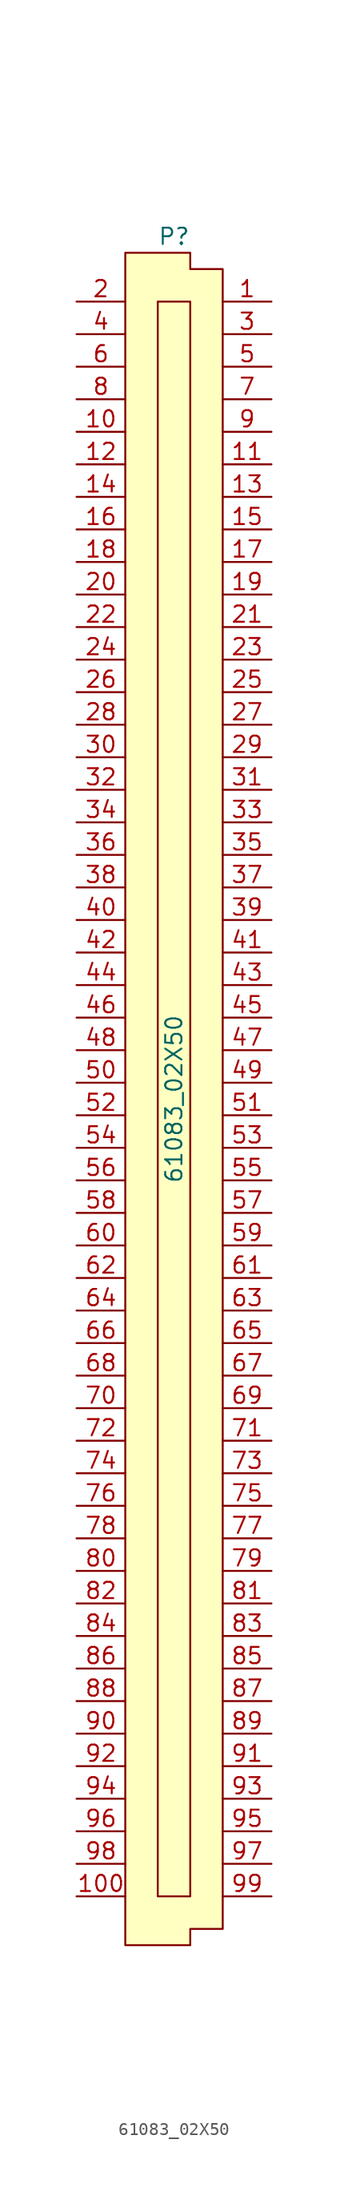
<source format=kicad_sym>
(kicad_symbol_lib
  (version 20231120)
  (generator "kicad_symbol_editor")
  (generator_version "8.0")
  (symbol "61083_02X50"
    (pin_names
      (offset 0.025) hide)
    (property "Reference" "P"
      (at 0 67.31 0)
      (effects (font (size 1.27 1.27))))
    (property "Value" "61083_02X50"
      (at 0 0 90)
      (effects (font (size 1.27 1.27))))
    (symbol "61083_02X50_0_1"
      (rectangle (start -1.27 62.23) (end 1.27 -62.23) (stroke (width 0) (type solid)) (fill (type none))))
    (symbol "61083_02X50_1_1"
      (polyline (pts (xy 1.27 64.77) (xy 3.81 64.77) (xy 3.81 -64.77) (xy 1.27 -64.77) (xy 1.27 -66.04) (xy -3.81 -66.04) (xy -3.81 66.04) (xy 1.27 66.04) (xy 1.27 64.77)) (stroke (width 0) (type solid)) (fill (type background)))
      (pin passive line (at 7.62 62.23 180) (length 3.81) (name "1" (effects (font (size 1.27 1.27)))) (number "1" (effects (font (size 1.27 1.27)))))
      (pin passive line (at -7.62 52.07 0) (length 3.81) (name "10" (effects (font (size 1.27 1.27)))) (number "10" (effects (font (size 1.27 1.27)))))
      (pin passive line (at -7.62 -62.23 0) (length 3.81) (name "100" (effects (font (size 1.27 1.27)))) (number "100" (effects (font (size 1.27 1.27)))))
      (pin passive line (at 7.62 49.53 180) (length 3.81) (name "11" (effects (font (size 1.27 1.27)))) (number "11" (effects (font (size 1.27 1.27)))))
      (pin passive line (at -7.62 49.53 0) (length 3.81) (name "12" (effects (font (size 1.27 1.27)))) (number "12" (effects (font (size 1.27 1.27)))))
      (pin passive line (at 7.62 46.99 180) (length 3.81) (name "13" (effects (font (size 1.27 1.27)))) (number "13" (effects (font (size 1.27 1.27)))))
      (pin passive line (at -7.62 46.99 0) (length 3.81) (name "14" (effects (font (size 1.27 1.27)))) (number "14" (effects (font (size 1.27 1.27)))))
      (pin passive line (at 7.62 44.45 180) (length 3.81) (name "15" (effects (font (size 1.27 1.27)))) (number "15" (effects (font (size 1.27 1.27)))))
      (pin passive line (at -7.62 44.45 0) (length 3.81) (name "16" (effects (font (size 1.27 1.27)))) (number "16" (effects (font (size 1.27 1.27)))))
      (pin passive line (at 7.62 41.91 180) (length 3.81) (name "17" (effects (font (size 1.27 1.27)))) (number "17" (effects (font (size 1.27 1.27)))))
      (pin passive line (at -7.62 41.91 0) (length 3.81) (name "18" (effects (font (size 1.27 1.27)))) (number "18" (effects (font (size 1.27 1.27)))))
      (pin passive line (at 7.62 39.37 180) (length 3.81) (name "19" (effects (font (size 1.27 1.27)))) (number "19" (effects (font (size 1.27 1.27)))))
      (pin passive line (at -7.62 62.23 0) (length 3.81) (name "2" (effects (font (size 1.27 1.27)))) (number "2" (effects (font (size 1.27 1.27)))))
      (pin passive line (at -7.62 39.37 0) (length 3.81) (name "20" (effects (font (size 1.27 1.27)))) (number "20" (effects (font (size 1.27 1.27)))))
      (pin passive line (at 7.62 36.83 180) (length 3.81) (name "21" (effects (font (size 1.27 1.27)))) (number "21" (effects (font (size 1.27 1.27)))))
      (pin passive line (at -7.62 36.83 0) (length 3.81) (name "22" (effects (font (size 1.27 1.27)))) (number "22" (effects (font (size 1.27 1.27)))))
      (pin passive line (at 7.62 34.29 180) (length 3.81) (name "23" (effects (font (size 1.27 1.27)))) (number "23" (effects (font (size 1.27 1.27)))))
      (pin passive line (at -7.62 34.29 0) (length 3.81) (name "24" (effects (font (size 1.27 1.27)))) (number "24" (effects (font (size 1.27 1.27)))))
      (pin passive line (at 7.62 31.75 180) (length 3.81) (name "25" (effects (font (size 1.27 1.27)))) (number "25" (effects (font (size 1.27 1.27)))))
      (pin passive line (at -7.62 31.75 0) (length 3.81) (name "26" (effects (font (size 1.27 1.27)))) (number "26" (effects (font (size 1.27 1.27)))))
      (pin passive line (at 7.62 29.21 180) (length 3.81) (name "27" (effects (font (size 1.27 1.27)))) (number "27" (effects (font (size 1.27 1.27)))))
      (pin passive line (at -7.62 29.21 0) (length 3.81) (name "28" (effects (font (size 1.27 1.27)))) (number "28" (effects (font (size 1.27 1.27)))))
      (pin passive line (at 7.62 26.67 180) (length 3.81) (name "29" (effects (font (size 1.27 1.27)))) (number "29" (effects (font (size 1.27 1.27)))))
      (pin passive line (at 7.62 59.69 180) (length 3.81) (name "3" (effects (font (size 1.27 1.27)))) (number "3" (effects (font (size 1.27 1.27)))))
      (pin passive line (at -7.62 26.67 0) (length 3.81) (name "30" (effects (font (size 1.27 1.27)))) (number "30" (effects (font (size 1.27 1.27)))))
      (pin passive line (at 7.62 24.13 180) (length 3.81) (name "31" (effects (font (size 1.27 1.27)))) (number "31" (effects (font (size 1.27 1.27)))))
      (pin passive line (at -7.62 24.13 0) (length 3.81) (name "32" (effects (font (size 1.27 1.27)))) (number "32" (effects (font (size 1.27 1.27)))))
      (pin passive line (at 7.62 21.59 180) (length 3.81) (name "33" (effects (font (size 1.27 1.27)))) (number "33" (effects (font (size 1.27 1.27)))))
      (pin passive line (at -7.62 21.59 0) (length 3.81) (name "34" (effects (font (size 1.27 1.27)))) (number "34" (effects (font (size 1.27 1.27)))))
      (pin passive line (at 7.62 19.05 180) (length 3.81) (name "35" (effects (font (size 1.27 1.27)))) (number "35" (effects (font (size 1.27 1.27)))))
      (pin passive line (at -7.62 19.05 0) (length 3.81) (name "36" (effects (font (size 1.27 1.27)))) (number "36" (effects (font (size 1.27 1.27)))))
      (pin passive line (at 7.62 16.51 180) (length 3.81) (name "37" (effects (font (size 1.27 1.27)))) (number "37" (effects (font (size 1.27 1.27)))))
      (pin passive line (at -7.62 16.51 0) (length 3.81) (name "38" (effects (font (size 1.27 1.27)))) (number "38" (effects (font (size 1.27 1.27)))))
      (pin passive line (at 7.62 13.97 180) (length 3.81) (name "39" (effects (font (size 1.27 1.27)))) (number "39" (effects (font (size 1.27 1.27)))))
      (pin passive line (at -7.62 59.69 0) (length 3.81) (name "4" (effects (font (size 1.27 1.27)))) (number "4" (effects (font (size 1.27 1.27)))))
      (pin passive line (at -7.62 13.97 0) (length 3.81) (name "40" (effects (font (size 1.27 1.27)))) (number "40" (effects (font (size 1.27 1.27)))))
      (pin passive line (at 7.62 11.43 180) (length 3.81) (name "41" (effects (font (size 1.27 1.27)))) (number "41" (effects (font (size 1.27 1.27)))))
      (pin passive line (at -7.62 11.43 0) (length 3.81) (name "42" (effects (font (size 1.27 1.27)))) (number "42" (effects (font (size 1.27 1.27)))))
      (pin passive line (at 7.62 8.89 180) (length 3.81) (name "43" (effects (font (size 1.27 1.27)))) (number "43" (effects (font (size 1.27 1.27)))))
      (pin passive line (at -7.62 8.89 0) (length 3.81) (name "44" (effects (font (size 1.27 1.27)))) (number "44" (effects (font (size 1.27 1.27)))))
      (pin passive line (at 7.62 6.35 180) (length 3.81) (name "45" (effects (font (size 1.27 1.27)))) (number "45" (effects (font (size 1.27 1.27)))))
      (pin passive line (at -7.62 6.35 0) (length 3.81) (name "46" (effects (font (size 1.27 1.27)))) (number "46" (effects (font (size 1.27 1.27)))))
      (pin passive line (at 7.62 3.81 180) (length 3.81) (name "47" (effects (font (size 1.27 1.27)))) (number "47" (effects (font (size 1.27 1.27)))))
      (pin passive line (at -7.62 3.81 0) (length 3.81) (name "48" (effects (font (size 1.27 1.27)))) (number "48" (effects (font (size 1.27 1.27)))))
      (pin passive line (at 7.62 1.27 180) (length 3.81) (name "49" (effects (font (size 1.27 1.27)))) (number "49" (effects (font (size 1.27 1.27)))))
      (pin passive line (at 7.62 57.15 180) (length 3.81) (name "5" (effects (font (size 1.27 1.27)))) (number "5" (effects (font (size 1.27 1.27)))))
      (pin passive line (at -7.62 1.27 0) (length 3.81) (name "50" (effects (font (size 1.27 1.27)))) (number "50" (effects (font (size 1.27 1.27)))))
      (pin passive line (at 7.62 -1.27 180) (length 3.81) (name "51" (effects (font (size 1.27 1.27)))) (number "51" (effects (font (size 1.27 1.27)))))
      (pin passive line (at -7.62 -1.27 0) (length 3.81) (name "52" (effects (font (size 1.27 1.27)))) (number "52" (effects (font (size 1.27 1.27)))))
      (pin passive line (at 7.62 -3.81 180) (length 3.81) (name "53" (effects (font (size 1.27 1.27)))) (number "53" (effects (font (size 1.27 1.27)))))
      (pin passive line (at -7.62 -3.81 0) (length 3.81) (name "54" (effects (font (size 1.27 1.27)))) (number "54" (effects (font (size 1.27 1.27)))))
      (pin passive line (at 7.62 -6.35 180) (length 3.81) (name "55" (effects (font (size 1.27 1.27)))) (number "55" (effects (font (size 1.27 1.27)))))
      (pin passive line (at -7.62 -6.35 0) (length 3.81) (name "56" (effects (font (size 1.27 1.27)))) (number "56" (effects (font (size 1.27 1.27)))))
      (pin passive line (at 7.62 -8.89 180) (length 3.81) (name "57" (effects (font (size 1.27 1.27)))) (number "57" (effects (font (size 1.27 1.27)))))
      (pin passive line (at -7.62 -8.89 0) (length 3.81) (name "58" (effects (font (size 1.27 1.27)))) (number "58" (effects (font (size 1.27 1.27)))))
      (pin passive line (at 7.62 -11.43 180) (length 3.81) (name "59" (effects (font (size 1.27 1.27)))) (number "59" (effects (font (size 1.27 1.27)))))
      (pin passive line (at -7.62 57.15 0) (length 3.81) (name "6" (effects (font (size 1.27 1.27)))) (number "6" (effects (font (size 1.27 1.27)))))
      (pin passive line (at -7.62 -11.43 0) (length 3.81) (name "60" (effects (font (size 1.27 1.27)))) (number "60" (effects (font (size 1.27 1.27)))))
      (pin passive line (at 7.62 -13.97 180) (length 3.81) (name "61" (effects (font (size 1.27 1.27)))) (number "61" (effects (font (size 1.27 1.27)))))
      (pin passive line (at -7.62 -13.97 0) (length 3.81) (name "62" (effects (font (size 1.27 1.27)))) (number "62" (effects (font (size 1.27 1.27)))))
      (pin passive line (at 7.62 -16.51 180) (length 3.81) (name "63" (effects (font (size 1.27 1.27)))) (number "63" (effects (font (size 1.27 1.27)))))
      (pin passive line (at -7.62 -16.51 0) (length 3.81) (name "64" (effects (font (size 1.27 1.27)))) (number "64" (effects (font (size 1.27 1.27)))))
      (pin passive line (at 7.62 -19.05 180) (length 3.81) (name "65" (effects (font (size 1.27 1.27)))) (number "65" (effects (font (size 1.27 1.27)))))
      (pin passive line (at -7.62 -19.05 0) (length 3.81) (name "66" (effects (font (size 1.27 1.27)))) (number "66" (effects (font (size 1.27 1.27)))))
      (pin passive line (at 7.62 -21.59 180) (length 3.81) (name "67" (effects (font (size 1.27 1.27)))) (number "67" (effects (font (size 1.27 1.27)))))
      (pin passive line (at -7.62 -21.59 0) (length 3.81) (name "68" (effects (font (size 1.27 1.27)))) (number "68" (effects (font (size 1.27 1.27)))))
      (pin passive line (at 7.62 -24.13 180) (length 3.81) (name "69" (effects (font (size 1.27 1.27)))) (number "69" (effects (font (size 1.27 1.27)))))
      (pin passive line (at 7.62 54.61 180) (length 3.81) (name "7" (effects (font (size 1.27 1.27)))) (number "7" (effects (font (size 1.27 1.27)))))
      (pin passive line (at -7.62 -24.13 0) (length 3.81) (name "70" (effects (font (size 1.27 1.27)))) (number "70" (effects (font (size 1.27 1.27)))))
      (pin passive line (at 7.62 -26.67 180) (length 3.81) (name "71" (effects (font (size 1.27 1.27)))) (number "71" (effects (font (size 1.27 1.27)))))
      (pin passive line (at -7.62 -26.67 0) (length 3.81) (name "72" (effects (font (size 1.27 1.27)))) (number "72" (effects (font (size 1.27 1.27)))))
      (pin passive line (at 7.62 -29.21 180) (length 3.81) (name "73" (effects (font (size 1.27 1.27)))) (number "73" (effects (font (size 1.27 1.27)))))
      (pin passive line (at -7.62 -29.21 0) (length 3.81) (name "74" (effects (font (size 1.27 1.27)))) (number "74" (effects (font (size 1.27 1.27)))))
      (pin passive line (at 7.62 -31.75 180) (length 3.81) (name "75" (effects (font (size 1.27 1.27)))) (number "75" (effects (font (size 1.27 1.27)))))
      (pin passive line (at -7.62 -31.75 0) (length 3.81) (name "76" (effects (font (size 1.27 1.27)))) (number "76" (effects (font (size 1.27 1.27)))))
      (pin passive line (at 7.62 -34.29 180) (length 3.81) (name "77" (effects (font (size 1.27 1.27)))) (number "77" (effects (font (size 1.27 1.27)))))
      (pin passive line (at -7.62 -34.29 0) (length 3.81) (name "78" (effects (font (size 1.27 1.27)))) (number "78" (effects (font (size 1.27 1.27)))))
      (pin passive line (at 7.62 -36.83 180) (length 3.81) (name "79" (effects (font (size 1.27 1.27)))) (number "79" (effects (font (size 1.27 1.27)))))
      (pin passive line (at -7.62 54.61 0) (length 3.81) (name "8" (effects (font (size 1.27 1.27)))) (number "8" (effects (font (size 1.27 1.27)))))
      (pin passive line (at -7.62 -36.83 0) (length 3.81) (name "80" (effects (font (size 1.27 1.27)))) (number "80" (effects (font (size 1.27 1.27)))))
      (pin passive line (at 7.62 -39.37 180) (length 3.81) (name "81" (effects (font (size 1.27 1.27)))) (number "81" (effects (font (size 1.27 1.27)))))
      (pin passive line (at -7.62 -39.37 0) (length 3.81) (name "82" (effects (font (size 1.27 1.27)))) (number "82" (effects (font (size 1.27 1.27)))))
      (pin passive line (at 7.62 -41.91 180) (length 3.81) (name "83" (effects (font (size 1.27 1.27)))) (number "83" (effects (font (size 1.27 1.27)))))
      (pin passive line (at -7.62 -41.91 0) (length 3.81) (name "84" (effects (font (size 1.27 1.27)))) (number "84" (effects (font (size 1.27 1.27)))))
      (pin passive line (at 7.62 -44.45 180) (length 3.81) (name "85" (effects (font (size 1.27 1.27)))) (number "85" (effects (font (size 1.27 1.27)))))
      (pin passive line (at -7.62 -44.45 0) (length 3.81) (name "86" (effects (font (size 1.27 1.27)))) (number "86" (effects (font (size 1.27 1.27)))))
      (pin passive line (at 7.62 -46.99 180) (length 3.81) (name "87" (effects (font (size 1.27 1.27)))) (number "87" (effects (font (size 1.27 1.27)))))
      (pin passive line (at -7.62 -46.99 0) (length 3.81) (name "88" (effects (font (size 1.27 1.27)))) (number "88" (effects (font (size 1.27 1.27)))))
      (pin passive line (at 7.62 -49.53 180) (length 3.81) (name "89" (effects (font (size 1.27 1.27)))) (number "89" (effects (font (size 1.27 1.27)))))
      (pin passive line (at 7.62 52.07 180) (length 3.81) (name "9" (effects (font (size 1.27 1.27)))) (number "9" (effects (font (size 1.27 1.27)))))
      (pin passive line (at -7.62 -49.53 0) (length 3.81) (name "90" (effects (font (size 1.27 1.27)))) (number "90" (effects (font (size 1.27 1.27)))))
      (pin passive line (at 7.62 -52.07 180) (length 3.81) (name "91" (effects (font (size 1.27 1.27)))) (number "91" (effects (font (size 1.27 1.27)))))
      (pin passive line (at -7.62 -52.07 0) (length 3.81) (name "92" (effects (font (size 1.27 1.27)))) (number "92" (effects (font (size 1.27 1.27)))))
      (pin passive line (at 7.62 -54.61 180) (length 3.81) (name "93" (effects (font (size 1.27 1.27)))) (number "93" (effects (font (size 1.27 1.27)))))
      (pin passive line (at -7.62 -54.61 0) (length 3.81) (name "94" (effects (font (size 1.27 1.27)))) (number "94" (effects (font (size 1.27 1.27)))))
      (pin passive line (at 7.62 -57.15 180) (length 3.81) (name "95" (effects (font (size 1.27 1.27)))) (number "95" (effects (font (size 1.27 1.27)))))
      (pin passive line (at -7.62 -57.15 0) (length 3.81) (name "96" (effects (font (size 1.27 1.27)))) (number "96" (effects (font (size 1.27 1.27)))))
      (pin passive line (at 7.62 -59.69 180) (length 3.81) (name "97" (effects (font (size 1.27 1.27)))) (number "97" (effects (font (size 1.27 1.27)))))
      (pin passive line (at -7.62 -59.69 0) (length 3.81) (name "98" (effects (font (size 1.27 1.27)))) (number "98" (effects (font (size 1.27 1.27)))))
      (pin passive line (at 7.62 -62.23 180) (length 3.81) (name "99" (effects (font (size 1.27 1.27)))) (number "99" (effects (font (size 1.27 1.27))))))))
</source>
